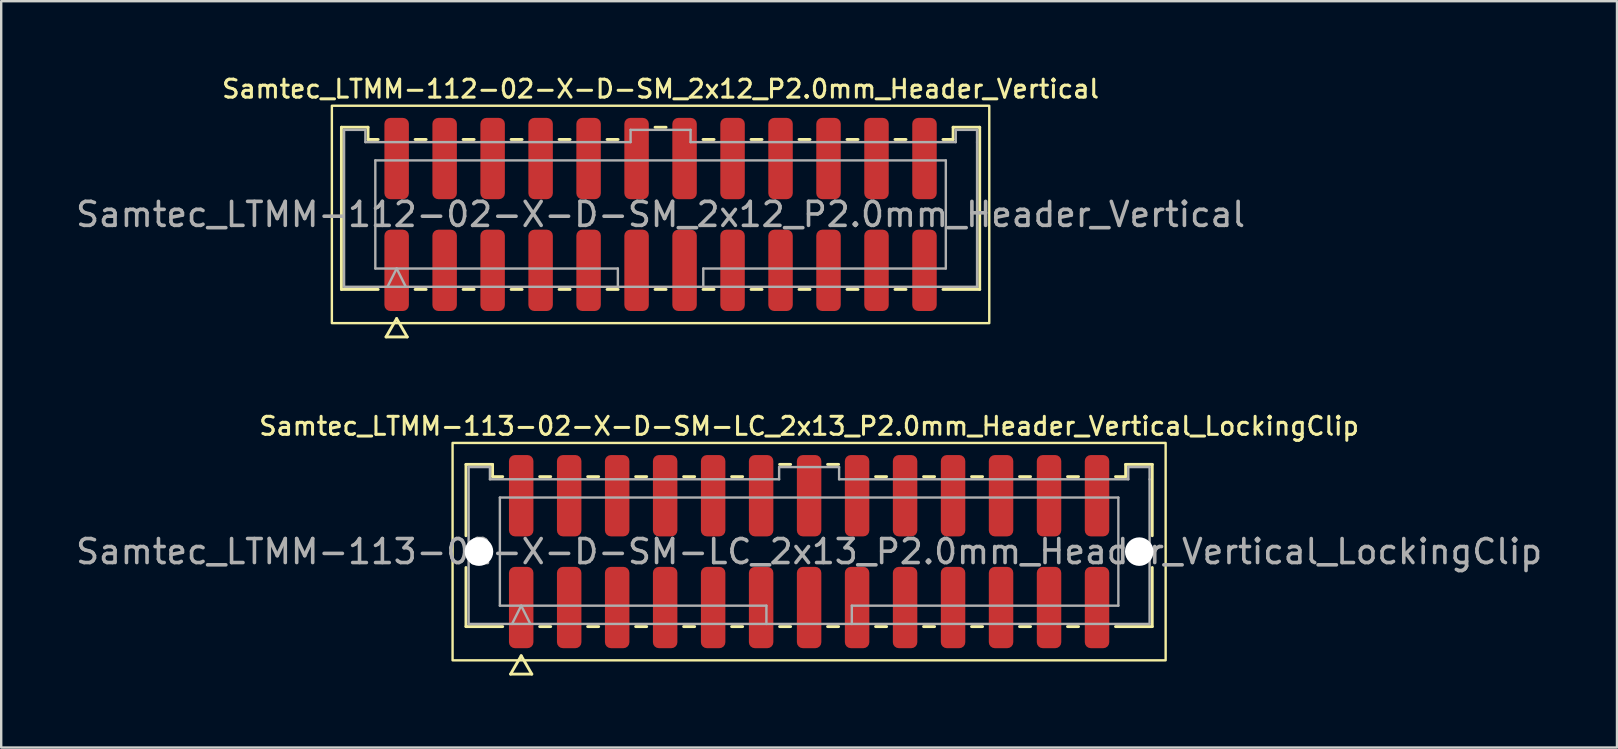
<source format=kicad_pcb>
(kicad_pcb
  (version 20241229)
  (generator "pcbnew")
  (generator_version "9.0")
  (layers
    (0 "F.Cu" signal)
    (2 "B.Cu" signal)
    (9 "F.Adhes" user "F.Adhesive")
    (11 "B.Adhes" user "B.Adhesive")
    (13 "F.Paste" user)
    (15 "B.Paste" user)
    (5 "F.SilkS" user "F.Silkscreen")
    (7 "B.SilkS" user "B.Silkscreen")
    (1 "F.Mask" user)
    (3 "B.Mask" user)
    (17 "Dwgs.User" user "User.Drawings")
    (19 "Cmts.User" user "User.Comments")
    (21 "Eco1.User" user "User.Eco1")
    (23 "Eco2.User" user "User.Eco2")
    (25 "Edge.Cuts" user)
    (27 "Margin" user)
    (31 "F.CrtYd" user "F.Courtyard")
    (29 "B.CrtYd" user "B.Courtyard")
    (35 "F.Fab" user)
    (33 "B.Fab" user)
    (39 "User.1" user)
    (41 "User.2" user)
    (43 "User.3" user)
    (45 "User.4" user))
  (footprint "Samtec_LTMM-113-02-X-D-SM-LC_2x13_P2.0mm_Header_Vertical_LockingClip"
    (layer "F.Cu")
    (at 30.673 19.941)
    (property "Reference" "Samtec_LTMM-113-02-X-D-SM-LC_2x13_P2.0mm_Header_Vertical_LockingClip" (at 0 -5.23 0) (layer "F.SilkS") (effects (font (size 0.75 0.75) (thickness 0.125))))
    (attr smd)
    (fp_line (start -14.302 -3.635) (end -13.193 -3.635) (stroke (width 0.12) (type solid)) (layer "F.SilkS"))
    (fp_line (start -14.302 -0.662) (end -14.302 -3.635) (stroke (width 0.12) (type solid)) (layer "F.SilkS"))
    (fp_line (start -14.302 3.125) (end -14.302 0.662) (stroke (width 0.12) (type solid)) (layer "F.SilkS"))
    (fp_line (start -13.193 -3.635) (end -13.193 -3.125) (stroke (width 0.12) (type solid)) (layer "F.SilkS"))
    (fp_line (start -13.193 -3.125) (end -12.77 -3.125) (stroke (width 0.12) (type solid)) (layer "F.SilkS"))
    (fp_line (start -12.77 3.125) (end -14.302 3.125) (stroke (width 0.12) (type solid)) (layer "F.SilkS"))
    (fp_line (start -12.442 5.105) (end -12 4.34) (stroke (width 0.12) (type solid)) (layer "F.SilkS"))
    (fp_line (start -12 4.34) (end -11.558 5.105) (stroke (width 0.12) (type solid)) (layer "F.SilkS"))
    (fp_line (start -11.558 5.105) (end -12.442 5.105) (stroke (width 0.12) (type solid)) (layer "F.SilkS"))
    (fp_line (start -11.23 -3.125) (end -10.77 -3.125) (stroke (width 0.12) (type solid)) (layer "F.SilkS"))
    (fp_line (start -10.77 3.125) (end -11.23 3.125) (stroke (width 0.12) (type solid)) (layer "F.SilkS"))
    (fp_line (start -9.23 -3.125) (end -8.77 -3.125) (stroke (width 0.12) (type solid)) (layer "F.SilkS"))
    (fp_line (start -8.77 3.125) (end -9.23 3.125) (stroke (width 0.12) (type solid)) (layer "F.SilkS"))
    (fp_line (start -7.23 -3.125) (end -6.77 -3.125) (stroke (width 0.12) (type solid)) (layer "F.SilkS"))
    (fp_line (start -6.77 3.125) (end -7.23 3.125) (stroke (width 0.12) (type solid)) (layer "F.SilkS"))
    (fp_line (start -5.23 -3.125) (end -4.77 -3.125) (stroke (width 0.12) (type solid)) (layer "F.SilkS"))
    (fp_line (start -4.77 3.125) (end -5.23 3.125) (stroke (width 0.12) (type solid)) (layer "F.SilkS"))
    (fp_line (start -3.23 -3.125) (end -2.77 -3.125) (stroke (width 0.12) (type solid)) (layer "F.SilkS"))
    (fp_line (start -2.77 3.125) (end -3.23 3.125) (stroke (width 0.12) (type solid)) (layer "F.SilkS"))
    (fp_line (start -1.23 -3.635) (end -0.77 -3.635) (stroke (width 0.12) (type solid)) (layer "F.SilkS"))
    (fp_line (start -0.77 3.125) (end -1.23 3.125) (stroke (width 0.12) (type solid)) (layer "F.SilkS"))
    (fp_line (start 0.77 -3.635) (end 1.23 -3.635) (stroke (width 0.12) (type solid)) (layer "F.SilkS"))
    (fp_line (start 1.23 3.125) (end 0.77 3.125) (stroke (width 0.12) (type solid)) (layer "F.SilkS"))
    (fp_line (start 2.77 -3.125) (end 3.23 -3.125) (stroke (width 0.12) (type solid)) (layer "F.SilkS"))
    (fp_line (start 3.23 3.125) (end 2.77 3.125) (stroke (width 0.12) (type solid)) (layer "F.SilkS"))
    (fp_line (start 4.77 -3.125) (end 5.23 -3.125) (stroke (width 0.12) (type solid)) (layer "F.SilkS"))
    (fp_line (start 5.23 3.125) (end 4.77 3.125) (stroke (width 0.12) (type solid)) (layer "F.SilkS"))
    (fp_line (start 6.77 -3.125) (end 7.23 -3.125) (stroke (width 0.12) (type solid)) (layer "F.SilkS"))
    (fp_line (start 7.23 3.125) (end 6.77 3.125) (stroke (width 0.12) (type solid)) (layer "F.SilkS"))
    (fp_line (start 8.77 -3.125) (end 9.23 -3.125) (stroke (width 0.12) (type solid)) (layer "F.SilkS"))
    (fp_line (start 9.23 3.125) (end 8.77 3.125) (stroke (width 0.12) (type solid)) (layer "F.SilkS"))
    (fp_line (start 10.77 -3.125) (end 11.23 -3.125) (stroke (width 0.12) (type solid)) (layer "F.SilkS"))
    (fp_line (start 11.23 3.125) (end 10.77 3.125) (stroke (width 0.12) (type solid)) (layer "F.SilkS"))
    (fp_line (start 12.77 -3.125) (end 13.193 -3.125) (stroke (width 0.12) (type solid)) (layer "F.SilkS"))
    (fp_line (start 13.193 -3.635) (end 14.302 -3.635) (stroke (width 0.12) (type solid)) (layer "F.SilkS"))
    (fp_line (start 13.193 -3.125) (end 13.193 -3.635) (stroke (width 0.12) (type solid)) (layer "F.SilkS"))
    (fp_line (start 14.302 -3.635) (end 14.302 -0.662) (stroke (width 0.12) (type solid)) (layer "F.SilkS"))
    (fp_line (start 14.302 0.662) (end 14.302 3.125) (stroke (width 0.12) (type solid)) (layer "F.SilkS"))
    (fp_line (start 14.302 3.125) (end 12.77 3.125) (stroke (width 0.12) (type solid)) (layer "F.SilkS"))
    (fp_rect (start -14.86 -4.53) (end 14.86 4.53) (stroke (width 0.1) (type solid)) (fill no) (layer "F.SilkS"))
    (fp_line (start -14.191 -3.525) (end -13.303 -3.525) (stroke (width 0.1) (type solid)) (layer "F.Fab"))
    (fp_line (start -14.191 3.015) (end -14.191 -3.525) (stroke (width 0.1) (type solid)) (layer "F.Fab"))
    (fp_line (start -13.303 -3.525) (end -13.303 -3.015) (stroke (width 0.1) (type solid)) (layer "F.Fab"))
    (fp_line (start -13.303 -3.015) (end -1.25 -3.015) (stroke (width 0.1) (type solid)) (layer "F.Fab"))
    (fp_line (start -12.889 -2.253) (end 12.889 -2.253) (stroke (width 0.1) (type solid)) (layer "F.Fab"))
    (fp_line (start -12.889 2.253) (end -12.889 -2.253) (stroke (width 0.1) (type solid)) (layer "F.Fab"))
    (fp_line (start -12.381 3.015) (end -12 2.253) (stroke (width 0.1) (type solid)) (layer "F.Fab"))
    (fp_line (start -12 2.253) (end -11.619 3.015) (stroke (width 0.1) (type solid)) (layer "F.Fab"))
    (fp_line (start -1.78 2.253) (end -12.889 2.253) (stroke (width 0.1) (type solid)) (layer "F.Fab"))
    (fp_line (start -1.78 3.015) (end -1.78 2.253) (stroke (width 0.1) (type solid)) (layer "F.Fab"))
    (fp_line (start -1.25 -3.525) (end 1.25 -3.525) (stroke (width 0.1) (type solid)) (layer "F.Fab"))
    (fp_line (start -1.25 -3.015) (end -1.25 -3.525) (stroke (width 0.1) (type solid)) (layer "F.Fab"))
    (fp_line (start 1.25 -3.525) (end 1.25 -3.015) (stroke (width 0.1) (type solid)) (layer "F.Fab"))
    (fp_line (start 1.25 -3.015) (end 13.303 -3.015) (stroke (width 0.1) (type solid)) (layer "F.Fab"))
    (fp_line (start 1.78 2.253) (end 1.78 3.015) (stroke (width 0.1) (type solid)) (layer "F.Fab"))
    (fp_line (start 12.889 -2.253) (end 12.889 2.253) (stroke (width 0.1) (type solid)) (layer "F.Fab"))
    (fp_line (start 12.889 2.253) (end 1.78 2.253) (stroke (width 0.1) (type solid)) (layer "F.Fab"))
    (fp_line (start 13.303 -3.525) (end 14.191 -3.525) (stroke (width 0.1) (type solid)) (layer "F.Fab"))
    (fp_line (start 13.303 -3.015) (end 13.303 -3.525) (stroke (width 0.1) (type solid)) (layer "F.Fab"))
    (fp_line (start 14.191 -3.525) (end 14.191 -3.015) (stroke (width 0.1) (type solid)) (layer "F.Fab"))
    (fp_line (start 14.191 -3.015) (end 14.191 3.015) (stroke (width 0.1) (type solid)) (layer "F.Fab"))
    (fp_line (start 14.191 3.015) (end -14.191 3.015) (stroke (width 0.1) (type solid)) (layer "F.Fab"))
    (fp_text user "${REFERENCE}" (at 0 0 0) (layer "F.Fab") (effects (font (size 1 1) (thickness 0.15))))
    (pad "" np_thru_hole circle (at -13.76 0) (size 1.19 1.19) (drill 1.19) (layers "*.Cu" "*.Mask"))
    (pad "" np_thru_hole circle (at 13.76 0) (size 1.19 1.19) (drill 1.19) (layers "*.Cu" "*.Mask"))
    (pad "1" smd roundrect (at -12 2.33) (size 1.02 3.39) (layers "F.Cu" "F.Mask" "F.Paste") (roundrect_rratio 0.245))
    (pad "2" smd roundrect (at -12 -2.33) (size 1.02 3.39) (layers "F.Cu" "F.Mask" "F.Paste") (roundrect_rratio 0.245))
    (pad "3" smd roundrect (at -10 2.33) (size 1.02 3.39) (layers "F.Cu" "F.Mask" "F.Paste") (roundrect_rratio 0.245))
    (pad "4" smd roundrect (at -10 -2.33) (size 1.02 3.39) (layers "F.Cu" "F.Mask" "F.Paste") (roundrect_rratio 0.245))
    (pad "5" smd roundrect (at -8 2.33) (size 1.02 3.39) (layers "F.Cu" "F.Mask" "F.Paste") (roundrect_rratio 0.245))
    (pad "6" smd roundrect (at -8 -2.33) (size 1.02 3.39) (layers "F.Cu" "F.Mask" "F.Paste") (roundrect_rratio 0.245))
    (pad "7" smd roundrect (at -6 2.33) (size 1.02 3.39) (layers "F.Cu" "F.Mask" "F.Paste") (roundrect_rratio 0.245))
    (pad "8" smd roundrect (at -6 -2.33) (size 1.02 3.39) (layers "F.Cu" "F.Mask" "F.Paste") (roundrect_rratio 0.245))
    (pad "9" smd roundrect (at -4 2.33) (size 1.02 3.39) (layers "F.Cu" "F.Mask" "F.Paste") (roundrect_rratio 0.245))
    (pad "10" smd roundrect (at -4 -2.33) (size 1.02 3.39) (layers "F.Cu" "F.Mask" "F.Paste") (roundrect_rratio 0.245))
    (pad "11" smd roundrect (at -2 2.33) (size 1.02 3.39) (layers "F.Cu" "F.Mask" "F.Paste") (roundrect_rratio 0.245))
    (pad "12" smd roundrect (at -2 -2.33) (size 1.02 3.39) (layers "F.Cu" "F.Mask" "F.Paste") (roundrect_rratio 0.245))
    (pad "13" smd roundrect (at 0 2.33) (size 1.02 3.39) (layers "F.Cu" "F.Mask" "F.Paste") (roundrect_rratio 0.245))
    (pad "14" smd roundrect (at 0 -2.33) (size 1.02 3.39) (layers "F.Cu" "F.Mask" "F.Paste") (roundrect_rratio 0.245))
    (pad "15" smd roundrect (at 2 2.33) (size 1.02 3.39) (layers "F.Cu" "F.Mask" "F.Paste") (roundrect_rratio 0.245))
    (pad "16" smd roundrect (at 2 -2.33) (size 1.02 3.39) (layers "F.Cu" "F.Mask" "F.Paste") (roundrect_rratio 0.245))
    (pad "17" smd roundrect (at 4 2.33) (size 1.02 3.39) (layers "F.Cu" "F.Mask" "F.Paste") (roundrect_rratio 0.245))
    (pad "18" smd roundrect (at 4 -2.33) (size 1.02 3.39) (layers "F.Cu" "F.Mask" "F.Paste") (roundrect_rratio 0.245))
    (pad "19" smd roundrect (at 6 2.33) (size 1.02 3.39) (layers "F.Cu" "F.Mask" "F.Paste") (roundrect_rratio 0.245))
    (pad "20" smd roundrect (at 6 -2.33) (size 1.02 3.39) (layers "F.Cu" "F.Mask" "F.Paste") (roundrect_rratio 0.245))
    (pad "21" smd roundrect (at 8 2.33) (size 1.02 3.39) (layers "F.Cu" "F.Mask" "F.Paste") (roundrect_rratio 0.245))
    (pad "22" smd roundrect (at 8 -2.33) (size 1.02 3.39) (layers "F.Cu" "F.Mask" "F.Paste") (roundrect_rratio 0.245))
    (pad "23" smd roundrect (at 10 2.33) (size 1.02 3.39) (layers "F.Cu" "F.Mask" "F.Paste") (roundrect_rratio 0.245))
    (pad "24" smd roundrect (at 10 -2.33) (size 1.02 3.39) (layers "F.Cu" "F.Mask" "F.Paste") (roundrect_rratio 0.245))
    (pad "25" smd roundrect (at 12 2.33) (size 1.02 3.39) (layers "F.Cu" "F.Mask" "F.Paste") (roundrect_rratio 0.245))
    (pad "26" smd roundrect (at 12 -2.33) (size 1.02 3.39) (layers "F.Cu" "F.Mask" "F.Paste") (roundrect_rratio 0.245)))
  (footprint "Samtec_LTMM-112-02-X-D-SM_2x12_P2.0mm_Header_Vertical"
    (layer "F.Cu")
    (at 24.482 5.888)
    (property "Reference" "Samtec_LTMM-112-02-X-D-SM_2x12_P2.0mm_Header_Vertical" (at 0 -5.23 0) (layer "F.SilkS") (effects (font (size 0.75 0.75) (thickness 0.125))))
    (attr smd)
    (fp_line (start -13.302 -3.635) (end -12.193 -3.635) (stroke (width 0.12) (type solid)) (layer "F.SilkS"))
    (fp_line (start -13.302 3.125) (end -13.302 -3.635) (stroke (width 0.12) (type solid)) (layer "F.SilkS"))
    (fp_line (start -12.193 -3.635) (end -12.193 -3.125) (stroke (width 0.12) (type solid)) (layer "F.SilkS"))
    (fp_line (start -12.193 -3.125) (end -11.77 -3.125) (stroke (width 0.12) (type solid)) (layer "F.SilkS"))
    (fp_line (start -11.77 3.125) (end -13.302 3.125) (stroke (width 0.12) (type solid)) (layer "F.SilkS"))
    (fp_line (start -11.442 5.105) (end -11 4.34) (stroke (width 0.12) (type solid)) (layer "F.SilkS"))
    (fp_line (start -11 4.34) (end -10.558 5.105) (stroke (width 0.12) (type solid)) (layer "F.SilkS"))
    (fp_line (start -10.558 5.105) (end -11.442 5.105) (stroke (width 0.12) (type solid)) (layer "F.SilkS"))
    (fp_line (start -10.23 -3.125) (end -9.77 -3.125) (stroke (width 0.12) (type solid)) (layer "F.SilkS"))
    (fp_line (start -9.77 3.125) (end -10.23 3.125) (stroke (width 0.12) (type solid)) (layer "F.SilkS"))
    (fp_line (start -8.23 -3.125) (end -7.77 -3.125) (stroke (width 0.12) (type solid)) (layer "F.SilkS"))
    (fp_line (start -7.77 3.125) (end -8.23 3.125) (stroke (width 0.12) (type solid)) (layer "F.SilkS"))
    (fp_line (start -6.23 -3.125) (end -5.77 -3.125) (stroke (width 0.12) (type solid)) (layer "F.SilkS"))
    (fp_line (start -5.77 3.125) (end -6.23 3.125) (stroke (width 0.12) (type solid)) (layer "F.SilkS"))
    (fp_line (start -4.23 -3.125) (end -3.77 -3.125) (stroke (width 0.12) (type solid)) (layer "F.SilkS"))
    (fp_line (start -3.77 3.125) (end -4.23 3.125) (stroke (width 0.12) (type solid)) (layer "F.SilkS"))
    (fp_line (start -2.23 -3.125) (end -1.77 -3.125) (stroke (width 0.12) (type solid)) (layer "F.SilkS"))
    (fp_line (start -1.77 3.125) (end -2.23 3.125) (stroke (width 0.12) (type solid)) (layer "F.SilkS"))
    (fp_line (start -0.23 -3.635) (end 0.23 -3.635) (stroke (width 0.12) (type solid)) (layer "F.SilkS"))
    (fp_line (start 0.23 3.125) (end -0.23 3.125) (stroke (width 0.12) (type solid)) (layer "F.SilkS"))
    (fp_line (start 1.77 -3.125) (end 2.23 -3.125) (stroke (width 0.12) (type solid)) (layer "F.SilkS"))
    (fp_line (start 2.23 3.125) (end 1.77 3.125) (stroke (width 0.12) (type solid)) (layer "F.SilkS"))
    (fp_line (start 3.77 -3.125) (end 4.23 -3.125) (stroke (width 0.12) (type solid)) (layer "F.SilkS"))
    (fp_line (start 4.23 3.125) (end 3.77 3.125) (stroke (width 0.12) (type solid)) (layer "F.SilkS"))
    (fp_line (start 5.77 -3.125) (end 6.23 -3.125) (stroke (width 0.12) (type solid)) (layer "F.SilkS"))
    (fp_line (start 6.23 3.125) (end 5.77 3.125) (stroke (width 0.12) (type solid)) (layer "F.SilkS"))
    (fp_line (start 7.77 -3.125) (end 8.23 -3.125) (stroke (width 0.12) (type solid)) (layer "F.SilkS"))
    (fp_line (start 8.23 3.125) (end 7.77 3.125) (stroke (width 0.12) (type solid)) (layer "F.SilkS"))
    (fp_line (start 9.77 -3.125) (end 10.23 -3.125) (stroke (width 0.12) (type solid)) (layer "F.SilkS"))
    (fp_line (start 10.23 3.125) (end 9.77 3.125) (stroke (width 0.12) (type solid)) (layer "F.SilkS"))
    (fp_line (start 11.77 -3.125) (end 12.193 -3.125) (stroke (width 0.12) (type solid)) (layer "F.SilkS"))
    (fp_line (start 12.193 -3.635) (end 13.302 -3.635) (stroke (width 0.12) (type solid)) (layer "F.SilkS"))
    (fp_line (start 12.193 -3.125) (end 12.193 -3.635) (stroke (width 0.12) (type solid)) (layer "F.SilkS"))
    (fp_line (start 13.302 -3.635) (end 13.302 3.125) (stroke (width 0.12) (type solid)) (layer "F.SilkS"))
    (fp_line (start 13.302 3.125) (end 11.77 3.125) (stroke (width 0.12) (type solid)) (layer "F.SilkS"))
    (fp_rect (start -13.7 -4.53) (end 13.7 4.53) (stroke (width 0.1) (type solid)) (fill no) (layer "F.SilkS"))
    (fp_line (start -13.191 -3.525) (end -12.303 -3.525) (stroke (width 0.1) (type solid)) (layer "F.Fab"))
    (fp_line (start -13.191 3.015) (end -13.191 -3.525) (stroke (width 0.1) (type solid)) (layer "F.Fab"))
    (fp_line (start -12.303 -3.525) (end -12.303 -3.015) (stroke (width 0.1) (type solid)) (layer "F.Fab"))
    (fp_line (start -12.303 -3.015) (end -1.25 -3.015) (stroke (width 0.1) (type solid)) (layer "F.Fab"))
    (fp_line (start -11.889 -2.253) (end 11.889 -2.253) (stroke (width 0.1) (type solid)) (layer "F.Fab"))
    (fp_line (start -11.889 2.253) (end -11.889 -2.253) (stroke (width 0.1) (type solid)) (layer "F.Fab"))
    (fp_line (start -11.381 3.015) (end -11 2.253) (stroke (width 0.1) (type solid)) (layer "F.Fab"))
    (fp_line (start -11 2.253) (end -10.619 3.015) (stroke (width 0.1) (type solid)) (layer "F.Fab"))
    (fp_line (start -1.78 2.253) (end -11.889 2.253) (stroke (width 0.1) (type solid)) (layer "F.Fab"))
    (fp_line (start -1.78 3.015) (end -1.78 2.253) (stroke (width 0.1) (type solid)) (layer "F.Fab"))
    (fp_line (start -1.25 -3.525) (end 1.25 -3.525) (stroke (width 0.1) (type solid)) (layer "F.Fab"))
    (fp_line (start -1.25 -3.015) (end -1.25 -3.525) (stroke (width 0.1) (type solid)) (layer "F.Fab"))
    (fp_line (start 1.25 -3.525) (end 1.25 -3.015) (stroke (width 0.1) (type solid)) (layer "F.Fab"))
    (fp_line (start 1.25 -3.015) (end 12.303 -3.015) (stroke (width 0.1) (type solid)) (layer "F.Fab"))
    (fp_line (start 1.78 2.253) (end 1.78 3.015) (stroke (width 0.1) (type solid)) (layer "F.Fab"))
    (fp_line (start 11.889 -2.253) (end 11.889 2.253) (stroke (width 0.1) (type solid)) (layer "F.Fab"))
    (fp_line (start 11.889 2.253) (end 1.78 2.253) (stroke (width 0.1) (type solid)) (layer "F.Fab"))
    (fp_line (start 12.303 -3.525) (end 13.191 -3.525) (stroke (width 0.1) (type solid)) (layer "F.Fab"))
    (fp_line (start 12.303 -3.015) (end 12.303 -3.525) (stroke (width 0.1) (type solid)) (layer "F.Fab"))
    (fp_line (start 13.191 -3.525) (end 13.191 -3.015) (stroke (width 0.1) (type solid)) (layer "F.Fab"))
    (fp_line (start 13.191 -3.015) (end 13.191 3.015) (stroke (width 0.1) (type solid)) (layer "F.Fab"))
    (fp_line (start 13.191 3.015) (end -13.191 3.015) (stroke (width 0.1) (type solid)) (layer "F.Fab"))
    (fp_text user "${REFERENCE}" (at 0 0 0) (layer "F.Fab") (effects (font (size 1 1) (thickness 0.15))))
    (pad "1" smd roundrect (at -11 2.33) (size 1.02 3.39) (layers "F.Cu" "F.Mask" "F.Paste") (roundrect_rratio 0.245))
    (pad "2" smd roundrect (at -11 -2.33) (size 1.02 3.39) (layers "F.Cu" "F.Mask" "F.Paste") (roundrect_rratio 0.245))
    (pad "3" smd roundrect (at -9 2.33) (size 1.02 3.39) (layers "F.Cu" "F.Mask" "F.Paste") (roundrect_rratio 0.245))
    (pad "4" smd roundrect (at -9 -2.33) (size 1.02 3.39) (layers "F.Cu" "F.Mask" "F.Paste") (roundrect_rratio 0.245))
    (pad "5" smd roundrect (at -7 2.33) (size 1.02 3.39) (layers "F.Cu" "F.Mask" "F.Paste") (roundrect_rratio 0.245))
    (pad "6" smd roundrect (at -7 -2.33) (size 1.02 3.39) (layers "F.Cu" "F.Mask" "F.Paste") (roundrect_rratio 0.245))
    (pad "7" smd roundrect (at -5 2.33) (size 1.02 3.39) (layers "F.Cu" "F.Mask" "F.Paste") (roundrect_rratio 0.245))
    (pad "8" smd roundrect (at -5 -2.33) (size 1.02 3.39) (layers "F.Cu" "F.Mask" "F.Paste") (roundrect_rratio 0.245))
    (pad "9" smd roundrect (at -3 2.33) (size 1.02 3.39) (layers "F.Cu" "F.Mask" "F.Paste") (roundrect_rratio 0.245))
    (pad "10" smd roundrect (at -3 -2.33) (size 1.02 3.39) (layers "F.Cu" "F.Mask" "F.Paste") (roundrect_rratio 0.245))
    (pad "11" smd roundrect (at -1 2.33) (size 1.02 3.39) (layers "F.Cu" "F.Mask" "F.Paste") (roundrect_rratio 0.245))
    (pad "12" smd roundrect (at -1 -2.33) (size 1.02 3.39) (layers "F.Cu" "F.Mask" "F.Paste") (roundrect_rratio 0.245))
    (pad "13" smd roundrect (at 1 2.33) (size 1.02 3.39) (layers "F.Cu" "F.Mask" "F.Paste") (roundrect_rratio 0.245))
    (pad "14" smd roundrect (at 1 -2.33) (size 1.02 3.39) (layers "F.Cu" "F.Mask" "F.Paste") (roundrect_rratio 0.245))
    (pad "15" smd roundrect (at 3 2.33) (size 1.02 3.39) (layers "F.Cu" "F.Mask" "F.Paste") (roundrect_rratio 0.245))
    (pad "16" smd roundrect (at 3 -2.33) (size 1.02 3.39) (layers "F.Cu" "F.Mask" "F.Paste") (roundrect_rratio 0.245))
    (pad "17" smd roundrect (at 5 2.33) (size 1.02 3.39) (layers "F.Cu" "F.Mask" "F.Paste") (roundrect_rratio 0.245))
    (pad "18" smd roundrect (at 5 -2.33) (size 1.02 3.39) (layers "F.Cu" "F.Mask" "F.Paste") (roundrect_rratio 0.245))
    (pad "19" smd roundrect (at 7 2.33) (size 1.02 3.39) (layers "F.Cu" "F.Mask" "F.Paste") (roundrect_rratio 0.245))
    (pad "20" smd roundrect (at 7 -2.33) (size 1.02 3.39) (layers "F.Cu" "F.Mask" "F.Paste") (roundrect_rratio 0.245))
    (pad "21" smd roundrect (at 9 2.33) (size 1.02 3.39) (layers "F.Cu" "F.Mask" "F.Paste") (roundrect_rratio 0.245))
    (pad "22" smd roundrect (at 9 -2.33) (size 1.02 3.39) (layers "F.Cu" "F.Mask" "F.Paste") (roundrect_rratio 0.245))
    (pad "23" smd roundrect (at 11 2.33) (size 1.02 3.39) (layers "F.Cu" "F.Mask" "F.Paste") (roundrect_rratio 0.245))
    (pad "24" smd roundrect (at 11 -2.33) (size 1.02 3.39) (layers "F.Cu" "F.Mask" "F.Paste") (roundrect_rratio 0.245)))
  (gr_rect
    (start -3 -3)
    (end 64.345 28.106)
    (stroke (width 0.1) (type default))
    (fill no)
    (layer "Edge.Cuts")))
</source>
